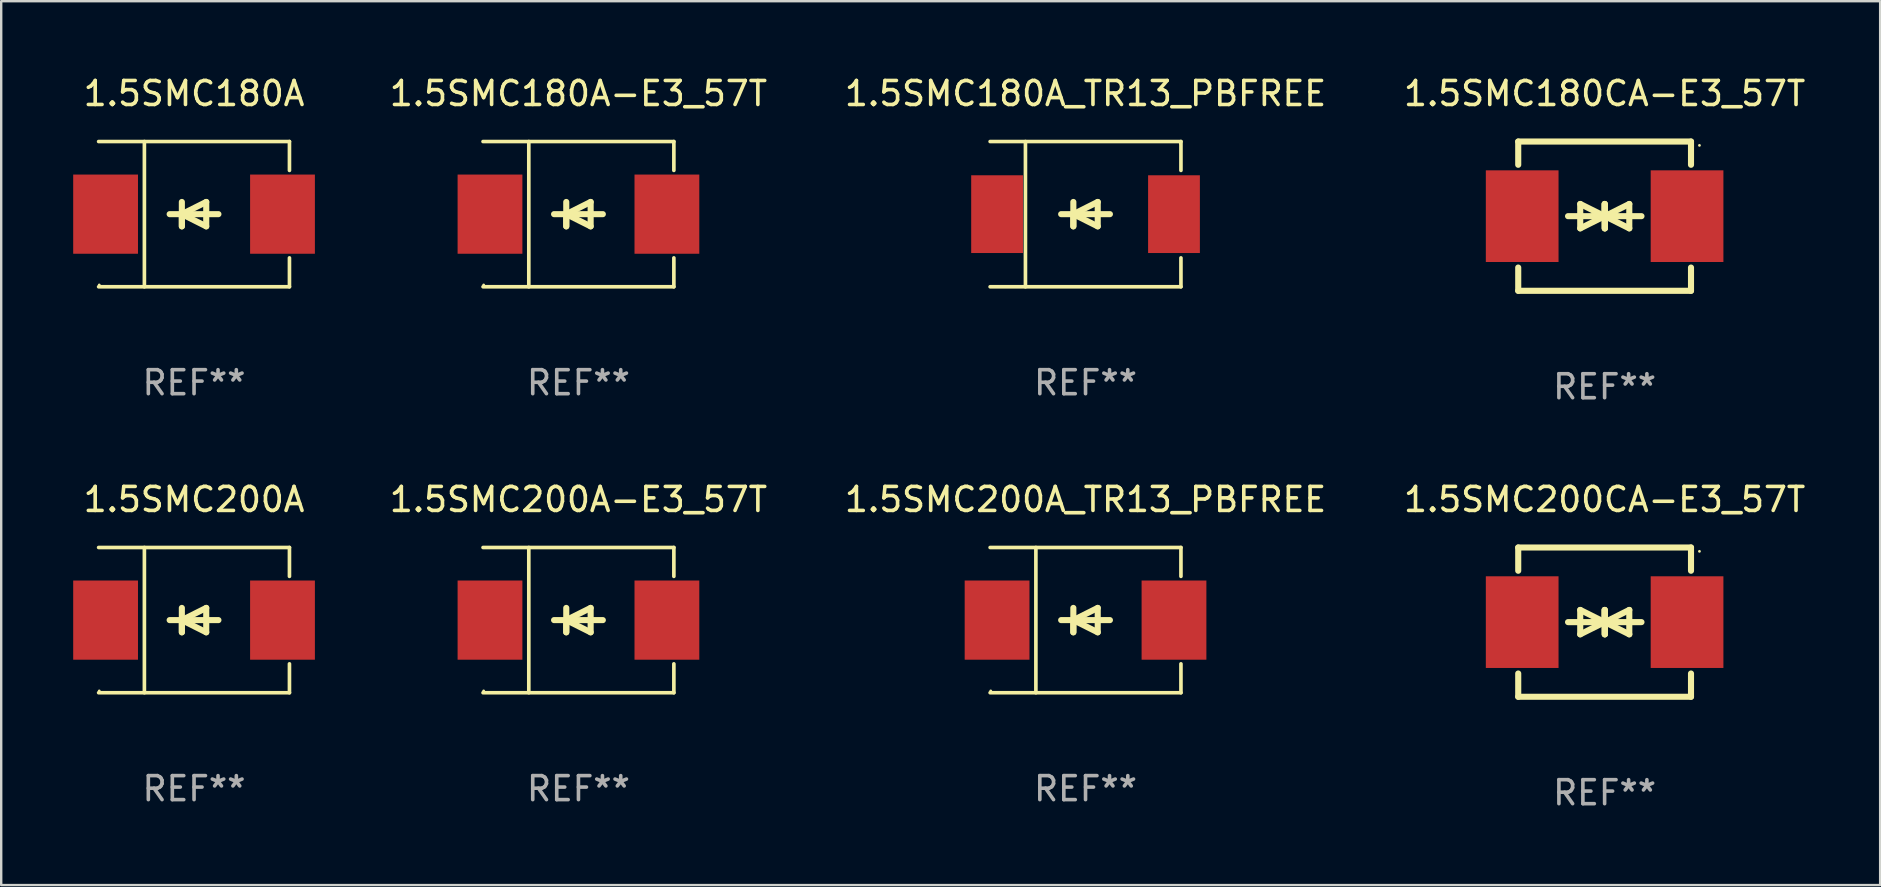
<source format=kicad_pcb>
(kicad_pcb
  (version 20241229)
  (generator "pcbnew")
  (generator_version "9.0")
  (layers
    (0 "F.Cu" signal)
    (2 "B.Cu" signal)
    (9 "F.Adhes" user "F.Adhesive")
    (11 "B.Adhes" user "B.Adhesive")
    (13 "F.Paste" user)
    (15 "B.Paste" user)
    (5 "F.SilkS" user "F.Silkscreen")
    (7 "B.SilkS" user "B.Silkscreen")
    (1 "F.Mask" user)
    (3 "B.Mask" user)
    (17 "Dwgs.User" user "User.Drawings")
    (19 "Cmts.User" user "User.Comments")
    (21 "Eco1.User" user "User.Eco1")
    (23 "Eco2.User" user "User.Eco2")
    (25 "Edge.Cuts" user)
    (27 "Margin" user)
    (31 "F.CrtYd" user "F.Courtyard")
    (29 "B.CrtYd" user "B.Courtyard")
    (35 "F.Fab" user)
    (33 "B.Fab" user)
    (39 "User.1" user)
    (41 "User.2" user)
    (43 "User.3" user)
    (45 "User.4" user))
  (footprint "1.5SMC180A"
    (layer "F.Cu")
    (at 5.036 5.874)
    (property "Reference" "1.5SMC180A" (at 0 -5.026 0) (layer "F.SilkS") (effects (font (size 1 1) (thickness 0.15))))
    (attr through_hole)
    (fp_line (start -3.976 -3.026) (end 3.976 -3.026) (stroke (width 0.152) (type solid)) (layer "F.SilkS"))
    (fp_line (start -3.976 3.026) (end 3.976 3.026) (stroke (width 0.152) (type solid)) (layer "F.SilkS"))
    (fp_line (start -2.069 -3.026) (end -2.069 3.026) (stroke (width 0.152) (type solid)) (layer "F.SilkS"))
    (fp_line (start -0.508 0) (end -0.508 0.508) (stroke (width 0.254) (type solid)) (layer "F.SilkS"))
    (fp_line (start -0.508 0) (end 0.508 0.508) (stroke (width 0.254) (type solid)) (layer "F.SilkS"))
    (fp_line (start -0.508 0.508) (end -0.508 -0.508) (stroke (width 0.254) (type solid)) (layer "F.SilkS"))
    (fp_line (start 0.508 -0.508) (end -0.508 0) (stroke (width 0.254) (type solid)) (layer "F.SilkS"))
    (fp_line (start 0.508 0.508) (end 0.508 -0.508) (stroke (width 0.254) (type solid)) (layer "F.SilkS"))
    (fp_line (start 1.016 0) (end -1.016 0) (stroke (width 0.254) (type solid)) (layer "F.SilkS"))
    (fp_line (start 3.976 -3.026) (end 3.976 -1.823) (stroke (width 0.152) (type solid)) (layer "F.SilkS"))
    (fp_line (start 3.976 3.026) (end 3.976 1.823) (stroke (width 0.152) (type solid)) (layer "F.SilkS"))
    (fp_circle (center -3.95 2.95) (end -3.92 2.95) (stroke (width 0.06) (type solid)) (fill no) (layer "F.SilkS"))
    (fp_text user "REF**" (at 0 7.026 0) (layer "F.Fab") (effects (font (size 1 1) (thickness 0.15))))
    (pad "1" smd rect (at -3.686 0) (size 2.7 3.3) (layers "F.Cu" "F.Mask" "F.Paste"))
    (pad "2" smd rect (at 3.686 0) (size 2.7 3.3) (layers "F.Cu" "F.Mask" "F.Paste")))
  (footprint "1.5SMC200A"
    (layer "F.Cu")
    (at 5.036 22.791)
    (property "Reference" "1.5SMC200A" (at 0 -5.026 0) (layer "F.SilkS") (effects (font (size 1 1) (thickness 0.15))))
    (attr through_hole)
    (fp_line (start -3.976 -3.026) (end 3.976 -3.026) (stroke (width 0.152) (type solid)) (layer "F.SilkS"))
    (fp_line (start -3.976 3.026) (end 3.976 3.026) (stroke (width 0.152) (type solid)) (layer "F.SilkS"))
    (fp_line (start -2.069 -3.026) (end -2.069 3.026) (stroke (width 0.152) (type solid)) (layer "F.SilkS"))
    (fp_line (start -0.508 0) (end -0.508 0.508) (stroke (width 0.254) (type solid)) (layer "F.SilkS"))
    (fp_line (start -0.508 0) (end 0.508 0.508) (stroke (width 0.254) (type solid)) (layer "F.SilkS"))
    (fp_line (start -0.508 0.508) (end -0.508 -0.508) (stroke (width 0.254) (type solid)) (layer "F.SilkS"))
    (fp_line (start 0.508 -0.508) (end -0.508 0) (stroke (width 0.254) (type solid)) (layer "F.SilkS"))
    (fp_line (start 0.508 0.508) (end 0.508 -0.508) (stroke (width 0.254) (type solid)) (layer "F.SilkS"))
    (fp_line (start 1.016 0) (end -1.016 0) (stroke (width 0.254) (type solid)) (layer "F.SilkS"))
    (fp_line (start 3.976 -3.026) (end 3.976 -1.823) (stroke (width 0.152) (type solid)) (layer "F.SilkS"))
    (fp_line (start 3.976 3.026) (end 3.976 1.823) (stroke (width 0.152) (type solid)) (layer "F.SilkS"))
    (fp_circle (center -3.95 2.95) (end -3.92 2.95) (stroke (width 0.06) (type solid)) (fill no) (layer "F.SilkS"))
    (fp_text user "REF**" (at 0 7.026 0) (layer "F.Fab") (effects (font (size 1 1) (thickness 0.15))))
    (pad "1" smd rect (at -3.686 0) (size 2.7 3.3) (layers "F.Cu" "F.Mask" "F.Paste"))
    (pad "2" smd rect (at 3.686 0) (size 2.7 3.3) (layers "F.Cu" "F.Mask" "F.Paste")))
  (footprint "1.5SMC180A-E3_57T"
    (layer "F.Cu")
    (at 21.055 5.874)
    (property "Reference" "1.5SMC180A-E3_57T" (at 0 -5.026 0) (layer "F.SilkS") (effects (font (size 1 1) (thickness 0.15))))
    (attr through_hole)
    (fp_line (start -3.976 -3.026) (end 3.976 -3.026) (stroke (width 0.152) (type solid)) (layer "F.SilkS"))
    (fp_line (start -3.976 3.026) (end 3.976 3.026) (stroke (width 0.152) (type solid)) (layer "F.SilkS"))
    (fp_line (start -2.069 -3.026) (end -2.069 3.026) (stroke (width 0.152) (type solid)) (layer "F.SilkS"))
    (fp_line (start -0.508 0) (end -0.508 0.508) (stroke (width 0.254) (type solid)) (layer "F.SilkS"))
    (fp_line (start -0.508 0) (end 0.508 0.508) (stroke (width 0.254) (type solid)) (layer "F.SilkS"))
    (fp_line (start -0.508 0.508) (end -0.508 -0.508) (stroke (width 0.254) (type solid)) (layer "F.SilkS"))
    (fp_line (start 0.508 -0.508) (end -0.508 0) (stroke (width 0.254) (type solid)) (layer "F.SilkS"))
    (fp_line (start 0.508 0.508) (end 0.508 -0.508) (stroke (width 0.254) (type solid)) (layer "F.SilkS"))
    (fp_line (start 1.016 0) (end -1.016 0) (stroke (width 0.254) (type solid)) (layer "F.SilkS"))
    (fp_line (start 3.976 -3.026) (end 3.976 -1.823) (stroke (width 0.152) (type solid)) (layer "F.SilkS"))
    (fp_line (start 3.976 3.026) (end 3.976 1.823) (stroke (width 0.152) (type solid)) (layer "F.SilkS"))
    (fp_circle (center -3.95 2.95) (end -3.92 2.95) (stroke (width 0.06) (type solid)) (fill no) (layer "F.SilkS"))
    (fp_text user "REF**" (at 0 7.026 0) (layer "F.Fab") (effects (font (size 1 1) (thickness 0.15))))
    (pad "1" smd rect (at -3.686 0) (size 2.7 3.3) (layers "F.Cu" "F.Mask" "F.Paste"))
    (pad "2" smd rect (at 3.686 0) (size 2.7 3.3) (layers "F.Cu" "F.Mask" "F.Paste")))
  (footprint "1.5SMC200A_TR13_PBFREE"
    (layer "F.Cu")
    (at 42.186 22.791)
    (property "Reference" "1.5SMC200A_TR13_PBFREE" (at 0 -5.026 0) (layer "F.SilkS") (effects (font (size 1 1) (thickness 0.15))))
    (attr through_hole)
    (fp_line (start -3.976 -3.026) (end 3.976 -3.026) (stroke (width 0.152) (type solid)) (layer "F.SilkS"))
    (fp_line (start -3.976 3.026) (end 3.976 3.026) (stroke (width 0.152) (type solid)) (layer "F.SilkS"))
    (fp_line (start -2.069 -3.026) (end -2.069 3.026) (stroke (width 0.152) (type solid)) (layer "F.SilkS"))
    (fp_line (start -0.508 0) (end -0.508 0.508) (stroke (width 0.254) (type solid)) (layer "F.SilkS"))
    (fp_line (start -0.508 0) (end 0.508 0.508) (stroke (width 0.254) (type solid)) (layer "F.SilkS"))
    (fp_line (start -0.508 0.508) (end -0.508 -0.508) (stroke (width 0.254) (type solid)) (layer "F.SilkS"))
    (fp_line (start 0.508 -0.508) (end -0.508 0) (stroke (width 0.254) (type solid)) (layer "F.SilkS"))
    (fp_line (start 0.508 0.508) (end 0.508 -0.508) (stroke (width 0.254) (type solid)) (layer "F.SilkS"))
    (fp_line (start 1.016 0) (end -1.016 0) (stroke (width 0.254) (type solid)) (layer "F.SilkS"))
    (fp_line (start 3.976 -3.026) (end 3.976 -1.823) (stroke (width 0.152) (type solid)) (layer "F.SilkS"))
    (fp_line (start 3.976 3.026) (end 3.976 1.823) (stroke (width 0.152) (type solid)) (layer "F.SilkS"))
    (fp_circle (center -3.95 2.95) (end -3.92 2.95) (stroke (width 0.06) (type solid)) (fill no) (layer "F.SilkS"))
    (fp_text user "REF**" (at 0 7.026 0) (layer "F.Fab") (effects (font (size 1 1) (thickness 0.15))))
    (pad "1" smd rect (at -3.686 0) (size 2.7 3.3) (layers "F.Cu" "F.Mask" "F.Paste"))
    (pad "2" smd rect (at 3.686 0) (size 2.7 3.3) (layers "F.Cu" "F.Mask" "F.Paste")))
  (footprint "1.5SMC180CA-E3_57T"
    (layer "F.Cu")
    (at 63.817 5.958)
    (property "Reference" "1.5SMC180CA-E3_57T" (at 0 -5.11 0) (layer "F.SilkS") (effects (font (size 1 1) (thickness 0.15))))
    (attr through_hole)
    (fp_line (start -3.6 -2.141) (end -3.6 -3.11) (stroke (width 0.254) (type solid)) (layer "F.SilkS"))
    (fp_line (start -3.6 3.11) (end -3.6 2.141) (stroke (width 0.254) (type solid)) (layer "F.SilkS"))
    (fp_line (start -1.524 0) (end 0.508 0) (stroke (width 0.254) (type solid)) (layer "F.SilkS"))
    (fp_line (start -1.016 -0.508) (end -1.016 0.508) (stroke (width 0.254) (type solid)) (layer "F.SilkS"))
    (fp_line (start -1.016 0.508) (end 0 0) (stroke (width 0.254) (type solid)) (layer "F.SilkS"))
    (fp_line (start 0 -0.508) (end 0 0.508) (stroke (width 0.254) (type solid)) (layer "F.SilkS"))
    (fp_line (start 0 0) (end -1.016 -0.508) (stroke (width 0.254) (type solid)) (layer "F.SilkS"))
    (fp_line (start 0 0) (end 0 -0.508) (stroke (width 0.254) (type solid)) (layer "F.SilkS"))
    (fp_line (start 0.012 0) (end 0.012 0.508) (stroke (width 0.254) (type solid)) (layer "F.SilkS"))
    (fp_line (start 0.012 0) (end 1.028 0.508) (stroke (width 0.254) (type solid)) (layer "F.SilkS"))
    (fp_line (start 0.012 0.508) (end 0.012 -0.508) (stroke (width 0.254) (type solid)) (layer "F.SilkS"))
    (fp_line (start 1.028 -0.508) (end 0.012 0) (stroke (width 0.254) (type solid)) (layer "F.SilkS"))
    (fp_line (start 1.028 0.508) (end 1.028 -0.508) (stroke (width 0.254) (type solid)) (layer "F.SilkS"))
    (fp_line (start 1.536 0) (end -0.496 0) (stroke (width 0.254) (type solid)) (layer "F.SilkS"))
    (fp_line (start 3.6 -3.11) (end -3.6 -3.11) (stroke (width 0.254) (type solid)) (layer "F.SilkS"))
    (fp_line (start 3.6 -2.141) (end 3.6 -3.11) (stroke (width 0.254) (type solid)) (layer "F.SilkS"))
    (fp_line (start 3.6 3.11) (end -3.6 3.11) (stroke (width 0.254) (type solid)) (layer "F.SilkS"))
    (fp_line (start 3.6 3.11) (end 3.6 2.141) (stroke (width 0.254) (type solid)) (layer "F.SilkS"))
    (fp_circle (center 3.952 -2.95) (end 3.982 -2.95) (stroke (width 0.06) (type solid)) (fill no) (layer "F.SilkS"))
    (fp_text user "REF**" (at 0 7.11 0) (layer "F.Fab") (effects (font (size 1 1) (thickness 0.15))))
    (pad "1" smd rect (at 3.435 0) (size 3.03 3.82) (layers "F.Cu" "F.Mask" "F.Paste"))
    (pad "2" smd rect (at -3.435 0) (size 3.03 3.82) (layers "F.Cu" "F.Mask" "F.Paste")))
  (footprint "1.5SMC180A_TR13_PBFREE"
    (layer "F.Cu")
    (at 42.186 5.874)
    (property "Reference" "1.5SMC180A_TR13_PBFREE" (at 0 -5.026 0) (layer "F.SilkS") (effects (font (size 1 1) (thickness 0.15))))
    (attr through_hole)
    (fp_line (start -3.976 -3.026) (end 3.976 -3.026) (stroke (width 0.152) (type solid)) (layer "F.SilkS"))
    (fp_line (start -3.976 3.026) (end 3.976 3.026) (stroke (width 0.152) (type solid)) (layer "F.SilkS"))
    (fp_line (start -2.504 -3.026) (end -2.504 3.026) (stroke (width 0.152) (type solid)) (layer "F.SilkS"))
    (fp_line (start -0.508 0) (end -0.508 0.508) (stroke (width 0.254) (type solid)) (layer "F.SilkS"))
    (fp_line (start -0.508 0) (end 0.508 0.508) (stroke (width 0.254) (type solid)) (layer "F.SilkS"))
    (fp_line (start -0.508 0.508) (end -0.508 -0.508) (stroke (width 0.254) (type solid)) (layer "F.SilkS"))
    (fp_line (start 0.508 -0.508) (end -0.508 0) (stroke (width 0.254) (type solid)) (layer "F.SilkS"))
    (fp_line (start 0.508 0.508) (end 0.508 -0.508) (stroke (width 0.254) (type solid)) (layer "F.SilkS"))
    (fp_line (start 1.016 0) (end -1.016 0) (stroke (width 0.254) (type solid)) (layer "F.SilkS"))
    (fp_line (start 3.976 -3.026) (end 3.976 -1.823) (stroke (width 0.152) (type solid)) (layer "F.SilkS"))
    (fp_line (start 3.976 3.026) (end 3.976 1.823) (stroke (width 0.152) (type solid)) (layer "F.SilkS"))
    (fp_circle (center 3.95 -2.95) (end 3.98 -2.95) (stroke (width 0.06) (type solid)) (fill no) (layer "F.SilkS"))
    (fp_text user "REF**" (at 0 7.026 0) (layer "F.Fab") (effects (font (size 1 1) (thickness 0.15))))
    (pad "1" smd rect (at 3.686 0 180) (size 2.158 3.24) (layers "F.Cu" "F.Mask" "F.Paste"))
    (pad "2" smd rect (at -3.686 0 180) (size 2.158 3.24) (layers "F.Cu" "F.Mask" "F.Paste")))
  (footprint "1.5SMC200A-E3_57T"
    (layer "F.Cu")
    (at 21.055 22.791)
    (property "Reference" "1.5SMC200A-E3_57T" (at 0 -5.026 0) (layer "F.SilkS") (effects (font (size 1 1) (thickness 0.15))))
    (attr through_hole)
    (fp_line (start -3.976 -3.026) (end 3.976 -3.026) (stroke (width 0.152) (type solid)) (layer "F.SilkS"))
    (fp_line (start -3.976 3.026) (end 3.976 3.026) (stroke (width 0.152) (type solid)) (layer "F.SilkS"))
    (fp_line (start -2.069 -3.026) (end -2.069 3.026) (stroke (width 0.152) (type solid)) (layer "F.SilkS"))
    (fp_line (start -0.508 0) (end -0.508 0.508) (stroke (width 0.254) (type solid)) (layer "F.SilkS"))
    (fp_line (start -0.508 0) (end 0.508 0.508) (stroke (width 0.254) (type solid)) (layer "F.SilkS"))
    (fp_line (start -0.508 0.508) (end -0.508 -0.508) (stroke (width 0.254) (type solid)) (layer "F.SilkS"))
    (fp_line (start 0.508 -0.508) (end -0.508 0) (stroke (width 0.254) (type solid)) (layer "F.SilkS"))
    (fp_line (start 0.508 0.508) (end 0.508 -0.508) (stroke (width 0.254) (type solid)) (layer "F.SilkS"))
    (fp_line (start 1.016 0) (end -1.016 0) (stroke (width 0.254) (type solid)) (layer "F.SilkS"))
    (fp_line (start 3.976 -3.026) (end 3.976 -1.823) (stroke (width 0.152) (type solid)) (layer "F.SilkS"))
    (fp_line (start 3.976 3.026) (end 3.976 1.823) (stroke (width 0.152) (type solid)) (layer "F.SilkS"))
    (fp_circle (center -3.95 2.95) (end -3.92 2.95) (stroke (width 0.06) (type solid)) (fill no) (layer "F.SilkS"))
    (fp_text user "REF**" (at 0 7.026 0) (layer "F.Fab") (effects (font (size 1 1) (thickness 0.15))))
    (pad "1" smd rect (at -3.686 0) (size 2.7 3.3) (layers "F.Cu" "F.Mask" "F.Paste"))
    (pad "2" smd rect (at 3.686 0) (size 2.7 3.3) (layers "F.Cu" "F.Mask" "F.Paste")))
  (footprint "1.5SMC200CA-E3_57T"
    (layer "F.Cu")
    (at 63.817 22.875)
    (property "Reference" "1.5SMC200CA-E3_57T" (at 0 -5.11 0) (layer "F.SilkS") (effects (font (size 1 1) (thickness 0.15))))
    (attr through_hole)
    (fp_line (start -3.6 -2.141) (end -3.6 -3.11) (stroke (width 0.254) (type solid)) (layer "F.SilkS"))
    (fp_line (start -3.6 3.11) (end -3.6 2.141) (stroke (width 0.254) (type solid)) (layer "F.SilkS"))
    (fp_line (start -1.524 0) (end 0.508 0) (stroke (width 0.254) (type solid)) (layer "F.SilkS"))
    (fp_line (start -1.016 -0.508) (end -1.016 0.508) (stroke (width 0.254) (type solid)) (layer "F.SilkS"))
    (fp_line (start -1.016 0.508) (end 0 0) (stroke (width 0.254) (type solid)) (layer "F.SilkS"))
    (fp_line (start 0 -0.508) (end 0 0.508) (stroke (width 0.254) (type solid)) (layer "F.SilkS"))
    (fp_line (start 0 0) (end -1.016 -0.508) (stroke (width 0.254) (type solid)) (layer "F.SilkS"))
    (fp_line (start 0 0) (end 0 -0.508) (stroke (width 0.254) (type solid)) (layer "F.SilkS"))
    (fp_line (start 0.012 0) (end 0.012 0.508) (stroke (width 0.254) (type solid)) (layer "F.SilkS"))
    (fp_line (start 0.012 0) (end 1.028 0.508) (stroke (width 0.254) (type solid)) (layer "F.SilkS"))
    (fp_line (start 0.012 0.508) (end 0.012 -0.508) (stroke (width 0.254) (type solid)) (layer "F.SilkS"))
    (fp_line (start 1.028 -0.508) (end 0.012 0) (stroke (width 0.254) (type solid)) (layer "F.SilkS"))
    (fp_line (start 1.028 0.508) (end 1.028 -0.508) (stroke (width 0.254) (type solid)) (layer "F.SilkS"))
    (fp_line (start 1.536 0) (end -0.496 0) (stroke (width 0.254) (type solid)) (layer "F.SilkS"))
    (fp_line (start 3.6 -3.11) (end -3.6 -3.11) (stroke (width 0.254) (type solid)) (layer "F.SilkS"))
    (fp_line (start 3.6 -2.141) (end 3.6 -3.11) (stroke (width 0.254) (type solid)) (layer "F.SilkS"))
    (fp_line (start 3.6 3.11) (end -3.6 3.11) (stroke (width 0.254) (type solid)) (layer "F.SilkS"))
    (fp_line (start 3.6 3.11) (end 3.6 2.141) (stroke (width 0.254) (type solid)) (layer "F.SilkS"))
    (fp_circle (center 3.952 -2.95) (end 3.982 -2.95) (stroke (width 0.06) (type solid)) (fill no) (layer "F.SilkS"))
    (fp_text user "REF**" (at 0 7.11 0) (layer "F.Fab") (effects (font (size 1 1) (thickness 0.15))))
    (pad "1" smd rect (at 3.435 0) (size 3.03 3.82) (layers "F.Cu" "F.Mask" "F.Paste"))
    (pad "2" smd rect (at -3.435 0) (size 3.03 3.82) (layers "F.Cu" "F.Mask" "F.Paste")))
  (gr_rect
    (start -3 -3)
    (end 75.299 33.833)
    (stroke (width 0.1) (type default))
    (fill no)
    (layer "Edge.Cuts")))
</source>
